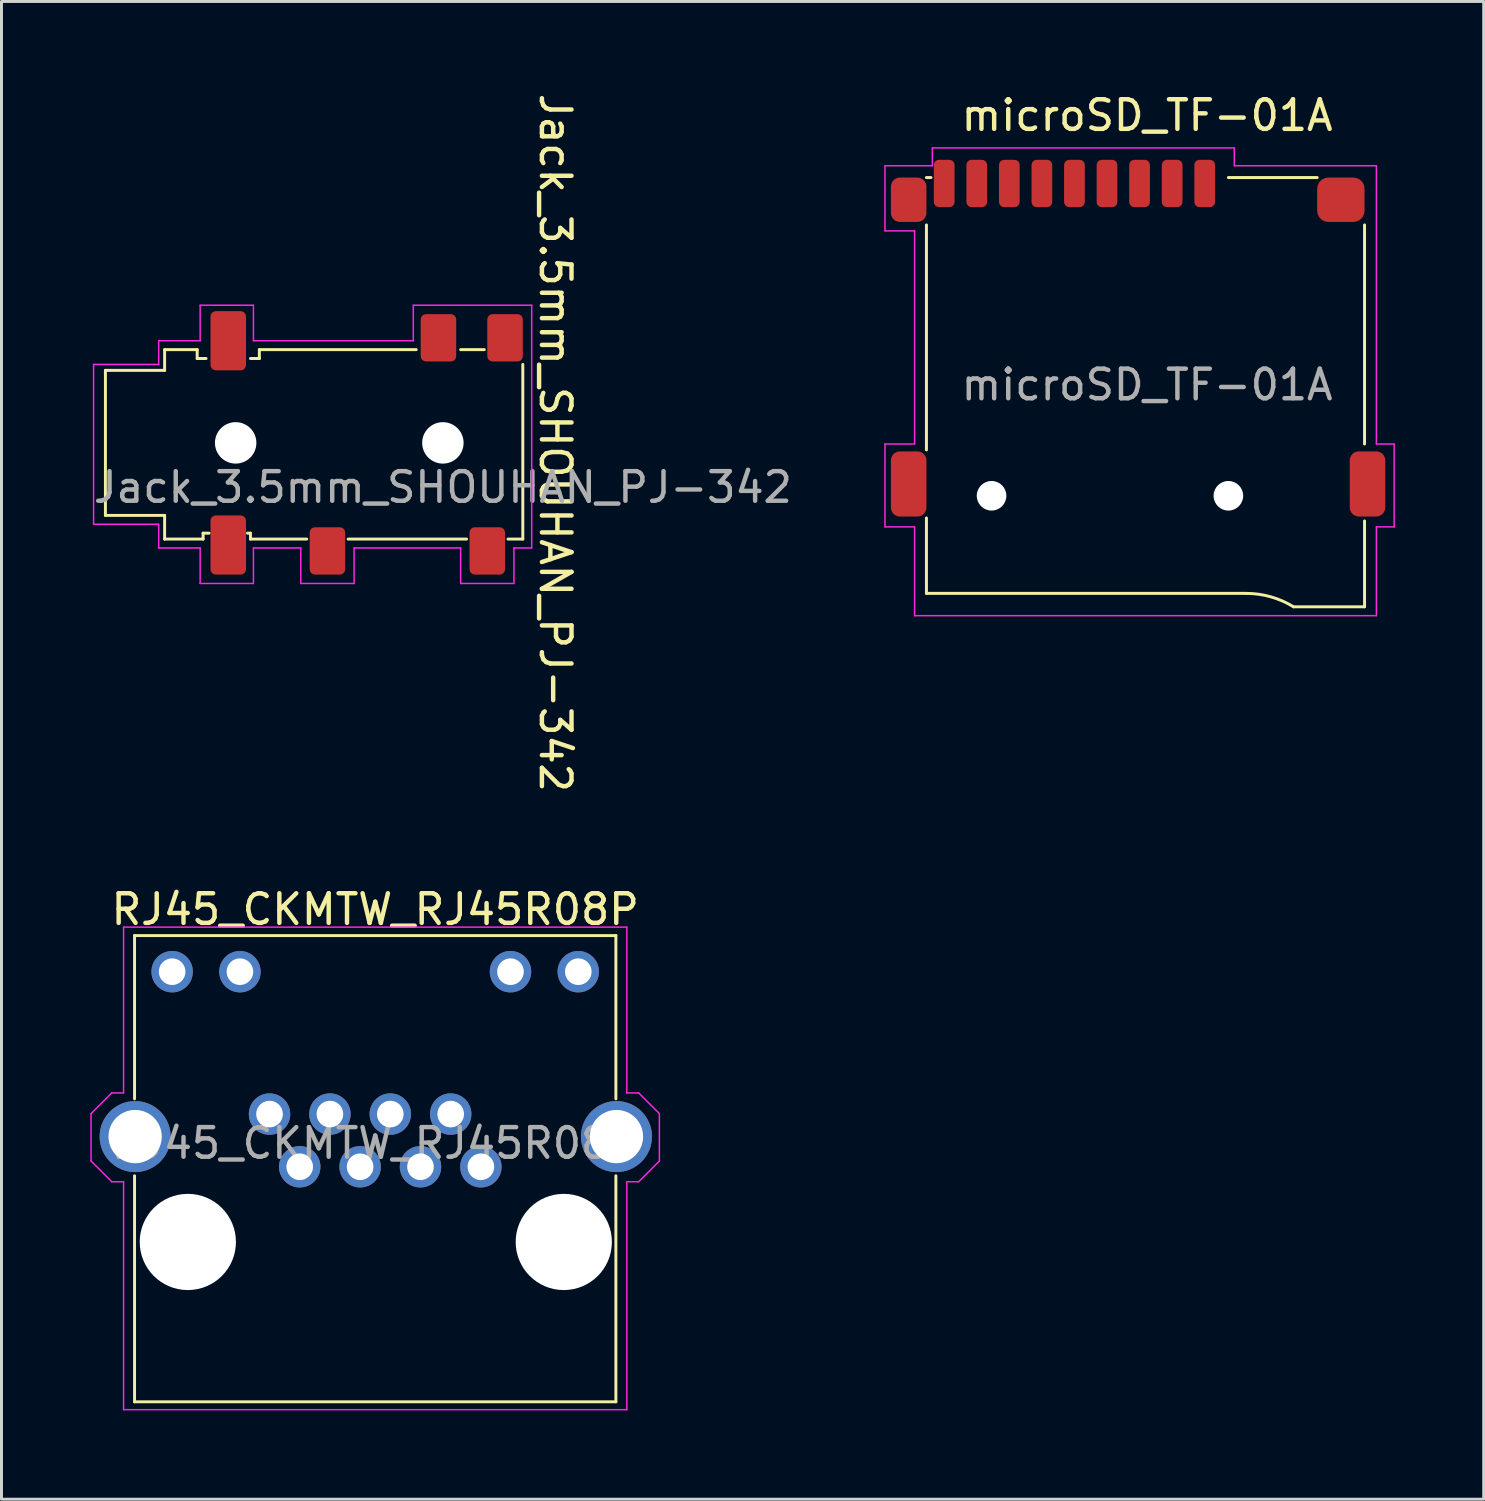
<source format=kicad_pcb>
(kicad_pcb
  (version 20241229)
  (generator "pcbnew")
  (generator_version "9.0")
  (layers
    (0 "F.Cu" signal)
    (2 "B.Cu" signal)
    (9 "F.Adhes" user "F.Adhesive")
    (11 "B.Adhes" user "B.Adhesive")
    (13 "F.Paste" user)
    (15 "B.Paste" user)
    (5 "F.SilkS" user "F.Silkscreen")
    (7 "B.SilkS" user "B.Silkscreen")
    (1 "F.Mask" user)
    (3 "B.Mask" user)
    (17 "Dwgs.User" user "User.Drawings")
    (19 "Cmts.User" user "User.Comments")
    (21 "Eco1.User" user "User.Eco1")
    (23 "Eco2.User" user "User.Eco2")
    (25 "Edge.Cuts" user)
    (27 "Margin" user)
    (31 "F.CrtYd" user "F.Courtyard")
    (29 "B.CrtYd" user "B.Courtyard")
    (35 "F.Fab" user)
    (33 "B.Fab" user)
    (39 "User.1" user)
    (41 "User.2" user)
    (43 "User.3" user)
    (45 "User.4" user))
  (footprint "microSD_TF-01A"
    (layer "F.Cu")
    (at 35.7 8.448)
    (property "Reference" "microSD_TF-01A" (at 0 -7.6 0) (unlocked yes) (layer "F.SilkS") (effects (font (size 1 1) (thickness 0.15))))
    (attr smd)
    (fp_line (start -7.454 -5.5) (end -7.3 -5.5) (stroke (width 0.1) (type default)) (layer "F.SilkS"))
    (fp_line (start -7.454 -3.9) (end -7.454 3.7) (stroke (width 0.1) (type default)) (layer "F.SilkS"))
    (fp_line (start -7.454 8.547) (end -7.454 6) (stroke (width 0.1) (type default)) (layer "F.SilkS"))
    (fp_line (start 3.346 8.547) (end -7.454 8.547) (stroke (width 0.1) (type default)) (layer "F.SilkS"))
    (fp_line (start 5.746 -5.5) (end 2.746 -5.5) (stroke (width 0.1) (type default)) (layer "F.SilkS"))
    (fp_line (start 7.346 -3.9) (end 7.346 3.5) (stroke (width 0.1) (type default)) (layer "F.SilkS"))
    (fp_line (start 7.346 6.1) (end 7.346 9) (stroke (width 0.1) (type default)) (layer "F.SilkS"))
    (fp_line (start 7.346 9) (end 4.946 9) (stroke (width 0.1) (type default)) (layer "F.SilkS"))
    (fp_arc (start 3.346 8.547132) (mid 4.177428 8.66253) (end 4.946 9) (stroke (width 0.1) (type default)) (layer "F.SilkS"))
    (fp_line (start -8.854 -5.9) (end -7.254 -5.9) (stroke (width 0.05) (type default)) (layer "F.CrtYd"))
    (fp_line (start -8.854 -3.7) (end -8.854 -5.9) (stroke (width 0.05) (type default)) (layer "F.CrtYd"))
    (fp_line (start -8.854 3.5) (end -7.854 3.5) (stroke (width 0.05) (type default)) (layer "F.CrtYd"))
    (fp_line (start -8.854 6.3) (end -8.854 3.5) (stroke (width 0.05) (type default)) (layer "F.CrtYd"))
    (fp_line (start -7.854 -3.7) (end -8.854 -3.7) (stroke (width 0.05) (type default)) (layer "F.CrtYd"))
    (fp_line (start -7.854 3.5) (end -7.854 -3.7) (stroke (width 0.05) (type default)) (layer "F.CrtYd"))
    (fp_line (start -7.854 6.3) (end -8.854 6.3) (stroke (width 0.05) (type default)) (layer "F.CrtYd"))
    (fp_line (start -7.854 9.3) (end -7.854 6.3) (stroke (width 0.05) (type default)) (layer "F.CrtYd"))
    (fp_line (start -7.254 -6.5) (end 2.946 -6.5) (stroke (width 0.05) (type default)) (layer "F.CrtYd"))
    (fp_line (start -7.254 -5.9) (end -7.254 -6.5) (stroke (width 0.05) (type default)) (layer "F.CrtYd"))
    (fp_line (start 2.946 -6.5) (end 2.946 -5.9) (stroke (width 0.05) (type default)) (layer "F.CrtYd"))
    (fp_line (start 2.946 -5.9) (end 7.746 -5.9) (stroke (width 0.05) (type default)) (layer "F.CrtYd"))
    (fp_line (start 7.746 -5.9) (end 7.746 3.5) (stroke (width 0.05) (type default)) (layer "F.CrtYd"))
    (fp_line (start 7.746 3.5) (end 8.346 3.5) (stroke (width 0.05) (type default)) (layer "F.CrtYd"))
    (fp_line (start 7.746 6.3) (end 7.746 9.3) (stroke (width 0.05) (type default)) (layer "F.CrtYd"))
    (fp_line (start 7.746 9.3) (end -7.854 9.3) (stroke (width 0.05) (type default)) (layer "F.CrtYd"))
    (fp_line (start 8.346 3.5) (end 8.346 6.3) (stroke (width 0.05) (type default)) (layer "F.CrtYd"))
    (fp_line (start 8.346 6.3) (end 7.746 6.3) (stroke (width 0.05) (type default)) (layer "F.CrtYd"))
    (fp_text user "${REFERENCE}" (at 0 1.5 0) (unlocked yes) (layer "F.Fab") (effects (font (size 1 1) (thickness 0.15))))
    (pad "" np_thru_hole circle (at -5.254 5.25) (size 1 1) (drill 1) (layers "*.Cu" "*.Mask"))
    (pad "" np_thru_hole circle (at 2.746 5.25) (size 1 1) (drill 1) (layers "*.Cu" "*.Mask"))
    (pad "1" smd roundrect (at 1.946 -5.3) (size 0.7 1.6) (layers "F.Cu" "F.Mask" "F.Paste") (roundrect_rratio 0.25))
    (pad "2" smd roundrect (at 0.846 -5.3) (size 0.7 1.6) (layers "F.Cu" "F.Mask" "F.Paste") (roundrect_rratio 0.25))
    (pad "3" smd roundrect (at -0.254 -5.3) (size 0.7 1.6) (layers "F.Cu" "F.Mask" "F.Paste") (roundrect_rratio 0.25))
    (pad "4" smd roundrect (at -1.354 -5.3) (size 0.7 1.6) (layers "F.Cu" "F.Mask" "F.Paste") (roundrect_rratio 0.25))
    (pad "5" smd roundrect (at -2.454 -5.3) (size 0.7 1.6) (layers "F.Cu" "F.Mask" "F.Paste") (roundrect_rratio 0.25))
    (pad "6" smd roundrect (at -3.554 -5.3) (size 0.7 1.6) (layers "F.Cu" "F.Mask" "F.Paste") (roundrect_rratio 0.25))
    (pad "7" smd roundrect (at -4.654 -5.3) (size 0.7 1.6) (layers "F.Cu" "F.Mask" "F.Paste") (roundrect_rratio 0.25))
    (pad "8" smd roundrect (at -5.754 -5.3) (size 0.7 1.6) (layers "F.Cu" "F.Mask" "F.Paste") (roundrect_rratio 0.25))
    (pad "9" smd roundrect (at -6.854 -5.3) (size 0.7 1.6) (layers "F.Cu" "F.Mask" "F.Paste") (roundrect_rratio 0.25))
    (pad "10" smd roundrect (at -8.054 -4.75) (size 1.2 1.5) (layers "F.Cu" "F.Mask" "F.Paste") (roundrect_rratio 0.25))
    (pad "10" smd roundrect (at -8.054 4.85) (size 1.2 2.2) (layers "F.Cu" "F.Mask" "F.Paste") (roundrect_rratio 0.25))
    (pad "10" smd roundrect (at 6.546 -4.75) (size 1.6 1.5) (layers "F.Cu" "F.Mask" "F.Paste") (roundrect_rratio 0.25))
    (pad "10" smd roundrect (at 7.446 4.85) (size 1.2 2.2) (layers "F.Cu" "F.Mask" "F.Paste") (roundrect_rratio 0.25)))
  (footprint "RJ45_CKMTW_RJ45R08P"
    (layer "F.Cu")
    (at 9.625 33.07)
    (property "Reference" "RJ45_CKMTW_RJ45R08P" (at 0 -5.4 0) (unlocked yes) (layer "F.SilkS") (effects (font (size 1 1) (thickness 0.15))))
    (attr through_hole)
    (fp_line (start -8.13 1) (end -8.13 -4.515) (stroke (width 0.1) (type default)) (layer "F.SilkS"))
    (fp_line (start -8.13 11.235) (end -8.13 3.6) (stroke (width 0.1) (type default)) (layer "F.SilkS"))
    (fp_line (start 8.13 -4.515) (end -8.13 -4.515) (stroke (width 0.1) (type solid)) (layer "F.SilkS"))
    (fp_line (start 8.13 1) (end 8.13 -4.515) (stroke (width 0.1) (type default)) (layer "F.SilkS"))
    (fp_line (start 8.13 11.235) (end -8.13 11.235) (stroke (width 0.1) (type solid)) (layer "F.SilkS"))
    (fp_line (start 8.13 11.235) (end 8.13 3.6) (stroke (width 0.1) (type default)) (layer "F.SilkS"))
    (fp_line (start -9.6 3.1) (end -9.6 1.5) (stroke (width 0.05) (type default)) (layer "F.CrtYd"))
    (fp_line (start -8.9 0.8) (end -9.6 1.5) (stroke (width 0.05) (type default)) (layer "F.CrtYd"))
    (fp_line (start -8.9 3.8) (end -9.6 3.1) (stroke (width 0.05) (type default)) (layer "F.CrtYd"))
    (fp_line (start -8.5 -4.8) (end -8.5 0.8) (stroke (width 0.05) (type default)) (layer "F.CrtYd"))
    (fp_line (start -8.5 -4.8) (end 8.5 -4.8) (stroke (width 0.05) (type default)) (layer "F.CrtYd"))
    (fp_line (start -8.5 0.8) (end -8.9 0.8) (stroke (width 0.05) (type default)) (layer "F.CrtYd"))
    (fp_line (start -8.5 3.8) (end -8.9 3.8) (stroke (width 0.05) (type default)) (layer "F.CrtYd"))
    (fp_line (start -8.5 3.8) (end -8.5 11.5) (stroke (width 0.05) (type default)) (layer "F.CrtYd"))
    (fp_line (start 8.5 -4.8) (end 8.5 0.8) (stroke (width 0.05) (type default)) (layer "F.CrtYd"))
    (fp_line (start 8.5 0.8) (end 8.9 0.8) (stroke (width 0.05) (type default)) (layer "F.CrtYd"))
    (fp_line (start 8.5 3.8) (end 8.5 11.5) (stroke (width 0.05) (type default)) (layer "F.CrtYd"))
    (fp_line (start 8.5 3.8) (end 8.9 3.8) (stroke (width 0.05) (type default)) (layer "F.CrtYd"))
    (fp_line (start 8.5 11.5) (end -8.5 11.5) (stroke (width 0.05) (type default)) (layer "F.CrtYd"))
    (fp_line (start 8.9 0.8) (end 9.6 1.5) (stroke (width 0.05) (type default)) (layer "F.CrtYd"))
    (fp_line (start 8.9 3.8) (end 9.6 3.1) (stroke (width 0.05) (type default)) (layer "F.CrtYd"))
    (fp_line (start 9.6 3.1) (end 9.6 1.5) (stroke (width 0.05) (type default)) (layer "F.CrtYd"))
    (fp_text user "${REFERENCE}" (at 0 2.5 0) (unlocked yes) (layer "F.Fab") (effects (font (size 1 1) (thickness 0.15))))
    (pad "" np_thru_hole circle (at -6.33 5.835) (size 3.25 3.25) (drill 3.25) (layers "*.Cu" "*.Mask"))
    (pad "" np_thru_hole circle (at 6.37 5.835) (size 3.25 3.25) (drill 3.25) (layers "*.Cu" "*.Mask"))
    (pad "1" thru_hole circle (at 3.57 3.295) (size 1.4 1.4) (drill 0.9) (layers "*.Cu" "*.Mask"))
    (pad "2" thru_hole circle (at 2.55 1.515) (size 1.4 1.4) (drill 0.9) (layers "*.Cu" "*.Mask"))
    (pad "3" thru_hole circle (at 1.53 3.295) (size 1.4 1.4) (drill 0.9) (layers "*.Cu" "*.Mask"))
    (pad "4" thru_hole circle (at 0.51 1.515) (size 1.4 1.4) (drill 0.9) (layers "*.Cu" "*.Mask"))
    (pad "5" thru_hole circle (at -0.51 3.295) (size 1.4 1.4) (drill 0.9) (layers "*.Cu" "*.Mask"))
    (pad "6" thru_hole circle (at -1.53 1.515) (size 1.4 1.4) (drill 0.9) (layers "*.Cu" "*.Mask"))
    (pad "7" thru_hole circle (at -2.55 3.295) (size 1.4 1.4) (drill 0.9) (layers "*.Cu" "*.Mask"))
    (pad "8" thru_hole circle (at -3.57 1.515) (size 1.4 1.4) (drill 0.9) (layers "*.Cu" "*.Mask"))
    (pad "9" thru_hole circle (at -4.57 -3.295) (size 1.4 1.4) (drill 0.9) (layers "*.Cu" "*.Mask"))
    (pad "10" thru_hole circle (at -6.86 -3.295) (size 1.4 1.4) (drill 0.9) (layers "*.Cu" "*.Mask"))
    (pad "11" thru_hole circle (at 6.86 -3.295) (size 1.4 1.4) (drill 0.9) (layers "*.Cu" "*.Mask"))
    (pad "12" thru_hole circle (at 4.57 -3.295) (size 1.4 1.4) (drill 0.9) (layers "*.Cu" "*.Mask"))
    (pad "SH" thru_hole circle (at -8.11 2.275) (size 2.4 2.4) (drill 1.8) (layers "*.Cu" "*.Mask"))
    (pad "SH" thru_hole circle (at 8.15 2.275) (size 2.4 2.4) (drill 1.8) (layers "*.Cu" "*.Mask")))
  (footprint "Jack_3.5mm_SHOUHAN_PJ-342"
    (layer "F.Cu")
    (at 11.911 11.911)
    (property "Reference" "Jack_3.5mm_SHOUHAN_PJ-342" (at 3.8 0 270) (unlocked yes) (layer "F.SilkS") (effects (font (size 1 1) (thickness 0.15))))
    (attr smd)
    (fp_line (start -11.4 2.45) (end -11.4 -2.45) (stroke (width 0.1) (type solid)) (layer "F.SilkS"))
    (fp_line (start -9.4 -3.15) (end -9.4 -2.45) (stroke (width 0.1) (type default)) (layer "F.SilkS"))
    (fp_line (start -9.4 -2.45) (end -11.4 -2.45) (stroke (width 0.1) (type default)) (layer "F.SilkS"))
    (fp_line (start -9.4 2.45) (end -11.4 2.45) (stroke (width 0.1) (type default)) (layer "F.SilkS"))
    (fp_line (start -9.4 3.25) (end -9.4 2.45) (stroke (width 0.1) (type default)) (layer "F.SilkS"))
    (fp_line (start -8.3 -3.15) (end -9.4 -3.15) (stroke (width 0.1) (type default)) (layer "F.SilkS"))
    (fp_line (start -8.3 -2.85) (end -8.3 -3.15) (stroke (width 0.1) (type default)) (layer "F.SilkS"))
    (fp_line (start -8.1 3.05) (end -8.1 3.25) (stroke (width 0.1) (type default)) (layer "F.SilkS"))
    (fp_line (start -8.1 3.25) (end -9.4 3.25) (stroke (width 0.1) (type default)) (layer "F.SilkS"))
    (fp_line (start -8 -2.85) (end -8.3 -2.85) (stroke (width 0.1) (type default)) (layer "F.SilkS"))
    (fp_line (start -7.9 3.05) (end -8.1 3.05) (stroke (width 0.1) (type default)) (layer "F.SilkS"))
    (fp_line (start -6.5 3.05) (end -6.6 3.05) (stroke (width 0.1) (type default)) (layer "F.SilkS"))
    (fp_line (start -6.5 3.25) (end -6.5 3.05) (stroke (width 0.1) (type default)) (layer "F.SilkS"))
    (fp_line (start -6.2 -3.15) (end -6.2 -2.85) (stroke (width 0.1) (type default)) (layer "F.SilkS"))
    (fp_line (start -6.2 -2.85) (end -6.5 -2.85) (stroke (width 0.1) (type default)) (layer "F.SilkS"))
    (fp_line (start -4.6 3.25) (end -6.5 3.25) (stroke (width 0.1) (type default)) (layer "F.SilkS"))
    (fp_line (start -0.9 -3.15) (end -6.2 -3.15) (stroke (width 0.1) (type default)) (layer "F.SilkS"))
    (fp_line (start 0.8 3.25) (end -3.2 3.25) (stroke (width 0.1) (type default)) (layer "F.SilkS"))
    (fp_line (start 1.4 -3.15) (end 0.6 -3.15) (stroke (width 0.1) (type default)) (layer "F.SilkS"))
    (fp_line (start 2.7 -2.65) (end 2.7 3.25) (stroke (width 0.1) (type default)) (layer "F.SilkS"))
    (fp_line (start 2.7 3.25) (end 2.2 3.25) (stroke (width 0.1) (type default)) (layer "F.SilkS"))
    (fp_line (start -11.8 -2.65) (end -9.6 -2.65) (stroke (width 0.05) (type default)) (layer "F.CrtYd"))
    (fp_line (start -11.8 2.75) (end -11.8 -2.65) (stroke (width 0.05) (type default)) (layer "F.CrtYd"))
    (fp_line (start -9.6 -3.45) (end -8.2 -3.45) (stroke (width 0.05) (type default)) (layer "F.CrtYd"))
    (fp_line (start -9.6 -2.65) (end -9.6 -3.45) (stroke (width 0.05) (type default)) (layer "F.CrtYd"))
    (fp_line (start -9.6 2.75) (end -11.8 2.75) (stroke (width 0.05) (type default)) (layer "F.CrtYd"))
    (fp_line (start -9.6 3.55) (end -9.6 2.75) (stroke (width 0.05) (type default)) (layer "F.CrtYd"))
    (fp_line (start -8.2 -4.65) (end -6.4 -4.65) (stroke (width 0.05) (type default)) (layer "F.CrtYd"))
    (fp_line (start -8.2 -3.45) (end -8.2 -4.65) (stroke (width 0.05) (type default)) (layer "F.CrtYd"))
    (fp_line (start -8.2 3.55) (end -9.6 3.55) (stroke (width 0.05) (type default)) (layer "F.CrtYd"))
    (fp_line (start -8.2 4.75) (end -8.2 3.55) (stroke (width 0.05) (type default)) (layer "F.CrtYd"))
    (fp_line (start -6.4 -4.65) (end -6.4 -3.45) (stroke (width 0.05) (type default)) (layer "F.CrtYd"))
    (fp_line (start -6.4 -3.45) (end -1 -3.45) (stroke (width 0.05) (type default)) (layer "F.CrtYd"))
    (fp_line (start -6.4 3.55) (end -6.4 4.75) (stroke (width 0.05) (type default)) (layer "F.CrtYd"))
    (fp_line (start -6.4 4.75) (end -8.2 4.75) (stroke (width 0.05) (type default)) (layer "F.CrtYd"))
    (fp_line (start -4.8 3.55) (end -6.4 3.55) (stroke (width 0.05) (type default)) (layer "F.CrtYd"))
    (fp_line (start -4.8 4.75) (end -4.8 3.55) (stroke (width 0.05) (type default)) (layer "F.CrtYd"))
    (fp_line (start -3 3.55) (end -3 4.75) (stroke (width 0.05) (type default)) (layer "F.CrtYd"))
    (fp_line (start -3 4.75) (end -4.8 4.75) (stroke (width 0.05) (type default)) (layer "F.CrtYd"))
    (fp_line (start -1 -4.65) (end 3 -4.65) (stroke (width 0.05) (type default)) (layer "F.CrtYd"))
    (fp_line (start -1 -3.45) (end -1 -4.65) (stroke (width 0.05) (type default)) (layer "F.CrtYd"))
    (fp_line (start 0.6 3.55) (end -3 3.55) (stroke (width 0.05) (type default)) (layer "F.CrtYd"))
    (fp_line (start 0.6 4.75) (end 0.6 3.55) (stroke (width 0.05) (type default)) (layer "F.CrtYd"))
    (fp_line (start 2.4 3.55) (end 2.4 4.75) (stroke (width 0.05) (type default)) (layer "F.CrtYd"))
    (fp_line (start 2.4 4.75) (end 0.6 4.75) (stroke (width 0.05) (type default)) (layer "F.CrtYd"))
    (fp_line (start 3 -4.65) (end 3 3.55) (stroke (width 0.05) (type default)) (layer "F.CrtYd"))
    (fp_line (start 3 3.55) (end 2.4 3.55) (stroke (width 0.05) (type default)) (layer "F.CrtYd"))
    (fp_text user "${REFERENCE}" (at 0 1.5 0) (unlocked yes) (layer "F.Fab") (effects (font (size 1 1) (thickness 0.15))))
    (pad "" np_thru_hole circle (at -7 0) (size 1.4 1.4) (drill 1.4) (layers "*.Cu" "*.Mask"))
    (pad "" np_thru_hole circle (at 0 0) (size 1.4 1.4) (drill 1.4) (layers "*.Cu" "*.Mask"))
    (pad "1" smd roundrect (at -7.25 3.45) (size 1.2 2) (layers "F.Cu" "F.Mask" "F.Paste") (roundrect_rratio 0.15))
    (pad "2" smd roundrect (at -7.25 -3.45) (size 1.2 2) (layers "F.Cu" "F.Mask" "F.Paste") (roundrect_rratio 0.15))
    (pad "3" smd roundrect (at -3.9 3.65) (size 1.2 1.6) (layers "F.Cu" "F.Mask" "F.Paste") (roundrect_rratio 0.15))
    (pad "4" smd roundrect (at -0.15 -3.55) (size 1.2 1.6) (layers "F.Cu" "F.Mask" "F.Paste") (roundrect_rratio 0.15))
    (pad "5" smd roundrect (at 1.5 3.65) (size 1.2 1.6) (layers "F.Cu" "F.Mask" "F.Paste") (roundrect_rratio 0.15))
    (pad "6" smd roundrect (at 2.1 -3.55) (size 1.2 1.6) (layers "F.Cu" "F.Mask" "F.Paste") (roundrect_rratio 0.15)))
  (gr_rect
    (start -3 -3)
    (end 47.071 47.595)
    (stroke (width 0.1) (type default))
    (fill no)
    (layer "Edge.Cuts")))
</source>
